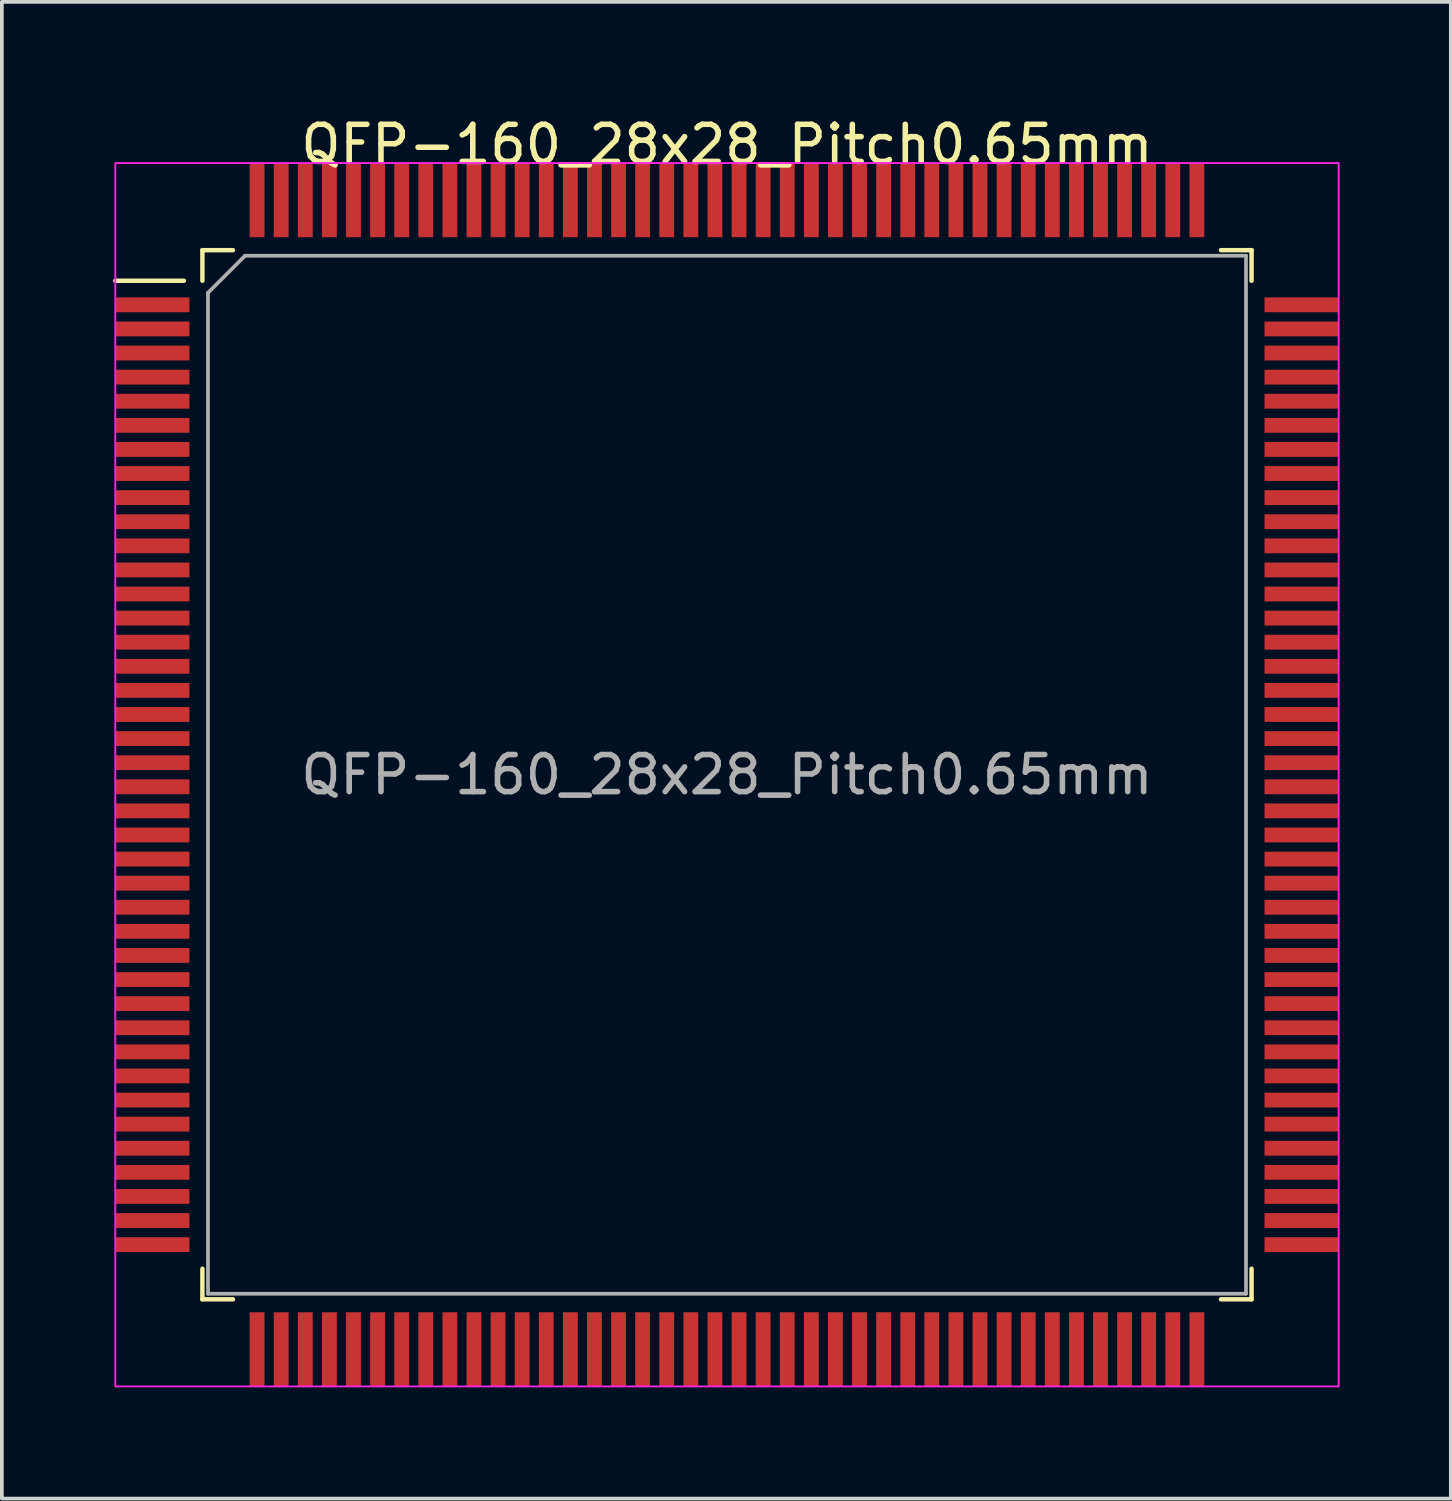
<source format=kicad_pcb>
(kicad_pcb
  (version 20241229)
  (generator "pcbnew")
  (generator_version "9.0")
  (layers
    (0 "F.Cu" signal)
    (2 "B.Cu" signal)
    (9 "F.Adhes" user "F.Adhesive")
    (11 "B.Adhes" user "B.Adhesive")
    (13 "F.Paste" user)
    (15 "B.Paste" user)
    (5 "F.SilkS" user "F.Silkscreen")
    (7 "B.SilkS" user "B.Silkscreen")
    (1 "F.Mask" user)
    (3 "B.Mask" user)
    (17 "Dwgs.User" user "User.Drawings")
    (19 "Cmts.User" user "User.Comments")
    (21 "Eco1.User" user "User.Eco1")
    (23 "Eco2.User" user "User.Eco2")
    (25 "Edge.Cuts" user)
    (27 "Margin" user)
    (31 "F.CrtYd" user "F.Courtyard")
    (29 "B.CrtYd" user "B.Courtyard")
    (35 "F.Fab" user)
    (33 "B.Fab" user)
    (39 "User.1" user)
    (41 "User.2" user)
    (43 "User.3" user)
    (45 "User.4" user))
  (footprint "QFP-160_28x28_Pitch0.65mm"
    (layer "F.Cu")
    (at 16.56 17.848)
    (property "Reference" "QFP-160_28x28_Pitch0.65mm" (at 0 -17 0) (layer "F.SilkS") (effects (font (size 1 1) (thickness 0.15))))
    (attr smd)
    (fp_line (start -14.65 -13.325) (end -16.5 -13.325) (stroke (width 0.12) (type default)) (layer "F.SilkS"))
    (fp_line (start -14.15 -14.15) (end -14.15 -13.325) (stroke (width 0.12) (type default)) (layer "F.SilkS"))
    (fp_line (start -14.15 14.15) (end -14.15 13.325) (stroke (width 0.12) (type default)) (layer "F.SilkS"))
    (fp_line (start -13.325 -14.15) (end -14.15 -14.15) (stroke (width 0.12) (type default)) (layer "F.SilkS"))
    (fp_line (start -13.325 14.15) (end -14.15 14.15) (stroke (width 0.12) (type default)) (layer "F.SilkS"))
    (fp_line (start 13.325 -14.15) (end 14.15 -14.15) (stroke (width 0.12) (type default)) (layer "F.SilkS"))
    (fp_line (start 13.325 14.15) (end 14.15 14.15) (stroke (width 0.12) (type default)) (layer "F.SilkS"))
    (fp_line (start 14.15 -14.15) (end 14.15 -13.325) (stroke (width 0.12) (type default)) (layer "F.SilkS"))
    (fp_line (start 14.15 14.15) (end 14.15 13.325) (stroke (width 0.12) (type default)) (layer "F.SilkS"))
    (fp_rect (start -16.5 -16.5) (end 16.5 16.5) (stroke (width 0.05) (type default)) (fill no) (layer "F.CrtYd"))
    (fp_line (start -14 -13) (end -14 14) (stroke (width 0.1) (type default)) (layer "F.Fab"))
    (fp_line (start -14 14) (end 14 14) (stroke (width 0.1) (type default)) (layer "F.Fab"))
    (fp_line (start -13 -14) (end -14 -13) (stroke (width 0.1) (type default)) (layer "F.Fab"))
    (fp_line (start 14 -14) (end -13 -14) (stroke (width 0.1) (type default)) (layer "F.Fab"))
    (fp_line (start 14 14) (end 14 -14) (stroke (width 0.1) (type default)) (layer "F.Fab"))
    (fp_text user "${REFERENCE}" (at 0 0 0) (layer "F.Fab") (effects (font (size 1 1) (thickness 0.15))))
    (pad "1" smd rect (at -15.5 -12.675 90) (size 0.4 2) (layers "F.Cu" "F.Mask" "F.Paste"))
    (pad "2" smd rect (at -15.5 -12.025 90) (size 0.4 2) (layers "F.Cu" "F.Mask" "F.Paste"))
    (pad "3" smd rect (at -15.5 -11.375 90) (size 0.4 2) (layers "F.Cu" "F.Mask" "F.Paste"))
    (pad "4" smd rect (at -15.5 -10.725 90) (size 0.4 2) (layers "F.Cu" "F.Mask" "F.Paste"))
    (pad "5" smd rect (at -15.5 -10.075 90) (size 0.4 2) (layers "F.Cu" "F.Mask" "F.Paste"))
    (pad "6" smd rect (at -15.5 -9.425 90) (size 0.4 2) (layers "F.Cu" "F.Mask" "F.Paste"))
    (pad "7" smd rect (at -15.5 -8.775 90) (size 0.4 2) (layers "F.Cu" "F.Mask" "F.Paste"))
    (pad "8" smd rect (at -15.5 -8.125 90) (size 0.4 2) (layers "F.Cu" "F.Mask" "F.Paste"))
    (pad "9" smd rect (at -15.5 -7.475 90) (size 0.4 2) (layers "F.Cu" "F.Mask" "F.Paste"))
    (pad "10" smd rect (at -15.5 -6.825 90) (size 0.4 2) (layers "F.Cu" "F.Mask" "F.Paste"))
    (pad "11" smd rect (at -15.5 -6.175 90) (size 0.4 2) (layers "F.Cu" "F.Mask" "F.Paste"))
    (pad "12" smd rect (at -15.5 -5.525 90) (size 0.4 2) (layers "F.Cu" "F.Mask" "F.Paste"))
    (pad "13" smd rect (at -15.5 -4.875 90) (size 0.4 2) (layers "F.Cu" "F.Mask" "F.Paste"))
    (pad "14" smd rect (at -15.5 -4.225 90) (size 0.4 2) (layers "F.Cu" "F.Mask" "F.Paste"))
    (pad "15" smd rect (at -15.5 -3.575 90) (size 0.4 2) (layers "F.Cu" "F.Mask" "F.Paste"))
    (pad "16" smd rect (at -15.5 -2.925 90) (size 0.4 2) (layers "F.Cu" "F.Mask" "F.Paste"))
    (pad "17" smd rect (at -15.5 -2.275 90) (size 0.4 2) (layers "F.Cu" "F.Mask" "F.Paste"))
    (pad "18" smd rect (at -15.5 -1.625 90) (size 0.4 2) (layers "F.Cu" "F.Mask" "F.Paste"))
    (pad "19" smd rect (at -15.5 -0.975 90) (size 0.4 2) (layers "F.Cu" "F.Mask" "F.Paste"))
    (pad "20" smd rect (at -15.5 -0.325 90) (size 0.4 2) (layers "F.Cu" "F.Mask" "F.Paste"))
    (pad "21" smd rect (at -15.5 0.325 90) (size 0.4 2) (layers "F.Cu" "F.Mask" "F.Paste"))
    (pad "22" smd rect (at -15.5 0.975 90) (size 0.4 2) (layers "F.Cu" "F.Mask" "F.Paste"))
    (pad "23" smd rect (at -15.5 1.625 90) (size 0.4 2) (layers "F.Cu" "F.Mask" "F.Paste"))
    (pad "24" smd rect (at -15.5 2.275 90) (size 0.4 2) (layers "F.Cu" "F.Mask" "F.Paste"))
    (pad "25" smd rect (at -15.5 2.925 90) (size 0.4 2) (layers "F.Cu" "F.Mask" "F.Paste"))
    (pad "26" smd rect (at -15.5 3.575 90) (size 0.4 2) (layers "F.Cu" "F.Mask" "F.Paste"))
    (pad "27" smd rect (at -15.5 4.225 90) (size 0.4 2) (layers "F.Cu" "F.Mask" "F.Paste"))
    (pad "28" smd rect (at -15.5 4.875 90) (size 0.4 2) (layers "F.Cu" "F.Mask" "F.Paste"))
    (pad "29" smd rect (at -15.5 5.525 90) (size 0.4 2) (layers "F.Cu" "F.Mask" "F.Paste"))
    (pad "30" smd rect (at -15.5 6.175 90) (size 0.4 2) (layers "F.Cu" "F.Mask" "F.Paste"))
    (pad "31" smd rect (at -15.5 6.825 90) (size 0.4 2) (layers "F.Cu" "F.Mask" "F.Paste"))
    (pad "32" smd rect (at -15.5 7.475 90) (size 0.4 2) (layers "F.Cu" "F.Mask" "F.Paste"))
    (pad "33" smd rect (at -15.5 8.125 90) (size 0.4 2) (layers "F.Cu" "F.Mask" "F.Paste"))
    (pad "34" smd rect (at -15.5 8.775 90) (size 0.4 2) (layers "F.Cu" "F.Mask" "F.Paste"))
    (pad "35" smd rect (at -15.5 9.425 90) (size 0.4 2) (layers "F.Cu" "F.Mask" "F.Paste"))
    (pad "36" smd rect (at -15.5 10.075 90) (size 0.4 2) (layers "F.Cu" "F.Mask" "F.Paste"))
    (pad "37" smd rect (at -15.5 10.725 90) (size 0.4 2) (layers "F.Cu" "F.Mask" "F.Paste"))
    (pad "38" smd rect (at -15.5 11.375 90) (size 0.4 2) (layers "F.Cu" "F.Mask" "F.Paste"))
    (pad "39" smd rect (at -15.5 12.025 90) (size 0.4 2) (layers "F.Cu" "F.Mask" "F.Paste"))
    (pad "40" smd rect (at -15.5 12.675 90) (size 0.4 2) (layers "F.Cu" "F.Mask" "F.Paste"))
    (pad "41" smd rect (at -12.675 15.5) (size 0.4 2) (layers "F.Cu" "F.Mask" "F.Paste"))
    (pad "42" smd rect (at -12.025 15.5) (size 0.4 2) (layers "F.Cu" "F.Mask" "F.Paste"))
    (pad "43" smd rect (at -11.375 15.5) (size 0.4 2) (layers "F.Cu" "F.Mask" "F.Paste"))
    (pad "44" smd rect (at -10.725 15.5) (size 0.4 2) (layers "F.Cu" "F.Mask" "F.Paste"))
    (pad "45" smd rect (at -10.075 15.5) (size 0.4 2) (layers "F.Cu" "F.Mask" "F.Paste"))
    (pad "46" smd rect (at -9.425 15.5) (size 0.4 2) (layers "F.Cu" "F.Mask" "F.Paste"))
    (pad "47" smd rect (at -8.775 15.5) (size 0.4 2) (layers "F.Cu" "F.Mask" "F.Paste"))
    (pad "48" smd rect (at -8.125 15.5) (size 0.4 2) (layers "F.Cu" "F.Mask" "F.Paste"))
    (pad "49" smd rect (at -7.475 15.5) (size 0.4 2) (layers "F.Cu" "F.Mask" "F.Paste"))
    (pad "50" smd rect (at -6.825 15.5) (size 0.4 2) (layers "F.Cu" "F.Mask" "F.Paste"))
    (pad "51" smd rect (at -6.175 15.5) (size 0.4 2) (layers "F.Cu" "F.Mask" "F.Paste"))
    (pad "52" smd rect (at -5.525 15.5) (size 0.4 2) (layers "F.Cu" "F.Mask" "F.Paste"))
    (pad "53" smd rect (at -4.875 15.5) (size 0.4 2) (layers "F.Cu" "F.Mask" "F.Paste"))
    (pad "54" smd rect (at -4.225 15.5) (size 0.4 2) (layers "F.Cu" "F.Mask" "F.Paste"))
    (pad "55" smd rect (at -3.575 15.5) (size 0.4 2) (layers "F.Cu" "F.Mask" "F.Paste"))
    (pad "56" smd rect (at -2.925 15.5) (size 0.4 2) (layers "F.Cu" "F.Mask" "F.Paste"))
    (pad "57" smd rect (at -2.275 15.5) (size 0.4 2) (layers "F.Cu" "F.Mask" "F.Paste"))
    (pad "58" smd rect (at -1.625 15.5) (size 0.4 2) (layers "F.Cu" "F.Mask" "F.Paste"))
    (pad "59" smd rect (at -0.975 15.5) (size 0.4 2) (layers "F.Cu" "F.Mask" "F.Paste"))
    (pad "60" smd rect (at -0.325 15.5) (size 0.4 2) (layers "F.Cu" "F.Mask" "F.Paste"))
    (pad "61" smd rect (at 0.325 15.5) (size 0.4 2) (layers "F.Cu" "F.Mask" "F.Paste"))
    (pad "62" smd rect (at 0.975 15.5) (size 0.4 2) (layers "F.Cu" "F.Mask" "F.Paste"))
    (pad "63" smd rect (at 1.625 15.5) (size 0.4 2) (layers "F.Cu" "F.Mask" "F.Paste"))
    (pad "64" smd rect (at 2.275 15.5) (size 0.4 2) (layers "F.Cu" "F.Mask" "F.Paste"))
    (pad "65" smd rect (at 2.925 15.5) (size 0.4 2) (layers "F.Cu" "F.Mask" "F.Paste"))
    (pad "66" smd rect (at 3.575 15.5) (size 0.4 2) (layers "F.Cu" "F.Mask" "F.Paste"))
    (pad "67" smd rect (at 4.225 15.5) (size 0.4 2) (layers "F.Cu" "F.Mask" "F.Paste"))
    (pad "68" smd rect (at 4.875 15.5) (size 0.4 2) (layers "F.Cu" "F.Mask" "F.Paste"))
    (pad "69" smd rect (at 5.525 15.5) (size 0.4 2) (layers "F.Cu" "F.Mask" "F.Paste"))
    (pad "70" smd rect (at 6.175 15.5) (size 0.4 2) (layers "F.Cu" "F.Mask" "F.Paste"))
    (pad "71" smd rect (at 6.825 15.5) (size 0.4 2) (layers "F.Cu" "F.Mask" "F.Paste"))
    (pad "72" smd rect (at 7.475 15.5) (size 0.4 2) (layers "F.Cu" "F.Mask" "F.Paste"))
    (pad "73" smd rect (at 8.125 15.5) (size 0.4 2) (layers "F.Cu" "F.Mask" "F.Paste"))
    (pad "74" smd rect (at 8.775 15.5) (size 0.4 2) (layers "F.Cu" "F.Mask" "F.Paste"))
    (pad "75" smd rect (at 9.425 15.5) (size 0.4 2) (layers "F.Cu" "F.Mask" "F.Paste"))
    (pad "76" smd rect (at 10.075 15.5) (size 0.4 2) (layers "F.Cu" "F.Mask" "F.Paste"))
    (pad "77" smd rect (at 10.725 15.5) (size 0.4 2) (layers "F.Cu" "F.Mask" "F.Paste"))
    (pad "78" smd rect (at 11.375 15.5) (size 0.4 2) (layers "F.Cu" "F.Mask" "F.Paste"))
    (pad "79" smd rect (at 12.025 15.5) (size 0.4 2) (layers "F.Cu" "F.Mask" "F.Paste"))
    (pad "80" smd rect (at 12.675 15.5) (size 0.4 2) (layers "F.Cu" "F.Mask" "F.Paste"))
    (pad "81" smd rect (at 15.5 12.675 90) (size 0.4 2) (layers "F.Cu" "F.Mask" "F.Paste"))
    (pad "82" smd rect (at 15.5 12.025 90) (size 0.4 2) (layers "F.Cu" "F.Mask" "F.Paste"))
    (pad "83" smd rect (at 15.5 11.375 90) (size 0.4 2) (layers "F.Cu" "F.Mask" "F.Paste"))
    (pad "84" smd rect (at 15.5 10.725 90) (size 0.4 2) (layers "F.Cu" "F.Mask" "F.Paste"))
    (pad "85" smd rect (at 15.5 10.075 90) (size 0.4 2) (layers "F.Cu" "F.Mask" "F.Paste"))
    (pad "86" smd rect (at 15.5 9.425 90) (size 0.4 2) (layers "F.Cu" "F.Mask" "F.Paste"))
    (pad "87" smd rect (at 15.5 8.775 90) (size 0.4 2) (layers "F.Cu" "F.Mask" "F.Paste"))
    (pad "88" smd rect (at 15.5 8.125 90) (size 0.4 2) (layers "F.Cu" "F.Mask" "F.Paste"))
    (pad "89" smd rect (at 15.5 7.475 90) (size 0.4 2) (layers "F.Cu" "F.Mask" "F.Paste"))
    (pad "90" smd rect (at 15.5 6.825 90) (size 0.4 2) (layers "F.Cu" "F.Mask" "F.Paste"))
    (pad "91" smd rect (at 15.5 6.175 90) (size 0.4 2) (layers "F.Cu" "F.Mask" "F.Paste"))
    (pad "92" smd rect (at 15.5 5.525 90) (size 0.4 2) (layers "F.Cu" "F.Mask" "F.Paste"))
    (pad "93" smd rect (at 15.5 4.875 90) (size 0.4 2) (layers "F.Cu" "F.Mask" "F.Paste"))
    (pad "94" smd rect (at 15.5 4.225 90) (size 0.4 2) (layers "F.Cu" "F.Mask" "F.Paste"))
    (pad "95" smd rect (at 15.5 3.575 90) (size 0.4 2) (layers "F.Cu" "F.Mask" "F.Paste"))
    (pad "96" smd rect (at 15.5 2.925 90) (size 0.4 2) (layers "F.Cu" "F.Mask" "F.Paste"))
    (pad "97" smd rect (at 15.5 2.275 90) (size 0.4 2) (layers "F.Cu" "F.Mask" "F.Paste"))
    (pad "98" smd rect (at 15.5 1.625 90) (size 0.4 2) (layers "F.Cu" "F.Mask" "F.Paste"))
    (pad "99" smd rect (at 15.5 0.975 90) (size 0.4 2) (layers "F.Cu" "F.Mask" "F.Paste"))
    (pad "100" smd rect (at 15.5 0.325 90) (size 0.4 2) (layers "F.Cu" "F.Mask" "F.Paste"))
    (pad "101" smd rect (at 15.5 -0.325 90) (size 0.4 2) (layers "F.Cu" "F.Mask" "F.Paste"))
    (pad "102" smd rect (at 15.5 -0.975 90) (size 0.4 2) (layers "F.Cu" "F.Mask" "F.Paste"))
    (pad "103" smd rect (at 15.5 -1.625 90) (size 0.4 2) (layers "F.Cu" "F.Mask" "F.Paste"))
    (pad "104" smd rect (at 15.5 -2.275 90) (size 0.4 2) (layers "F.Cu" "F.Mask" "F.Paste"))
    (pad "105" smd rect (at 15.5 -2.925 90) (size 0.4 2) (layers "F.Cu" "F.Mask" "F.Paste"))
    (pad "106" smd rect (at 15.5 -3.575 90) (size 0.4 2) (layers "F.Cu" "F.Mask" "F.Paste"))
    (pad "107" smd rect (at 15.5 -4.225 90) (size 0.4 2) (layers "F.Cu" "F.Mask" "F.Paste"))
    (pad "108" smd rect (at 15.5 -4.875 90) (size 0.4 2) (layers "F.Cu" "F.Mask" "F.Paste"))
    (pad "109" smd rect (at 15.5 -5.525 90) (size 0.4 2) (layers "F.Cu" "F.Mask" "F.Paste"))
    (pad "110" smd rect (at 15.5 -6.175 90) (size 0.4 2) (layers "F.Cu" "F.Mask" "F.Paste"))
    (pad "111" smd rect (at 15.5 -6.825 90) (size 0.4 2) (layers "F.Cu" "F.Mask" "F.Paste"))
    (pad "112" smd rect (at 15.5 -7.475 90) (size 0.4 2) (layers "F.Cu" "F.Mask" "F.Paste"))
    (pad "113" smd rect (at 15.5 -8.125 90) (size 0.4 2) (layers "F.Cu" "F.Mask" "F.Paste"))
    (pad "114" smd rect (at 15.5 -8.775 90) (size 0.4 2) (layers "F.Cu" "F.Mask" "F.Paste"))
    (pad "115" smd rect (at 15.5 -9.425 90) (size 0.4 2) (layers "F.Cu" "F.Mask" "F.Paste"))
    (pad "116" smd rect (at 15.5 -10.075 90) (size 0.4 2) (layers "F.Cu" "F.Mask" "F.Paste"))
    (pad "117" smd rect (at 15.5 -10.725 90) (size 0.4 2) (layers "F.Cu" "F.Mask" "F.Paste"))
    (pad "118" smd rect (at 15.5 -11.375 90) (size 0.4 2) (layers "F.Cu" "F.Mask" "F.Paste"))
    (pad "119" smd rect (at 15.5 -12.025 90) (size 0.4 2) (layers "F.Cu" "F.Mask" "F.Paste"))
    (pad "120" smd rect (at 15.5 -12.675 90) (size 0.4 2) (layers "F.Cu" "F.Mask" "F.Paste"))
    (pad "121" smd rect (at 12.675 -15.5) (size 0.4 2) (layers "F.Cu" "F.Mask" "F.Paste"))
    (pad "122" smd rect (at 12.025 -15.5) (size 0.4 2) (layers "F.Cu" "F.Mask" "F.Paste"))
    (pad "123" smd rect (at 11.375 -15.5) (size 0.4 2) (layers "F.Cu" "F.Mask" "F.Paste"))
    (pad "124" smd rect (at 10.725 -15.5) (size 0.4 2) (layers "F.Cu" "F.Mask" "F.Paste"))
    (pad "125" smd rect (at 10.075 -15.5) (size 0.4 2) (layers "F.Cu" "F.Mask" "F.Paste"))
    (pad "126" smd rect (at 9.425 -15.5) (size 0.4 2) (layers "F.Cu" "F.Mask" "F.Paste"))
    (pad "127" smd rect (at 8.775 -15.5) (size 0.4 2) (layers "F.Cu" "F.Mask" "F.Paste"))
    (pad "128" smd rect (at 8.125 -15.5) (size 0.4 2) (layers "F.Cu" "F.Mask" "F.Paste"))
    (pad "129" smd rect (at 7.475 -15.5) (size 0.4 2) (layers "F.Cu" "F.Mask" "F.Paste"))
    (pad "130" smd rect (at 6.825 -15.5) (size 0.4 2) (layers "F.Cu" "F.Mask" "F.Paste"))
    (pad "131" smd rect (at 6.175 -15.5) (size 0.4 2) (layers "F.Cu" "F.Mask" "F.Paste"))
    (pad "132" smd rect (at 5.525 -15.5) (size 0.4 2) (layers "F.Cu" "F.Mask" "F.Paste"))
    (pad "133" smd rect (at 4.875 -15.5) (size 0.4 2) (layers "F.Cu" "F.Mask" "F.Paste"))
    (pad "134" smd rect (at 4.225 -15.5) (size 0.4 2) (layers "F.Cu" "F.Mask" "F.Paste"))
    (pad "135" smd rect (at 3.575 -15.5) (size 0.4 2) (layers "F.Cu" "F.Mask" "F.Paste"))
    (pad "136" smd rect (at 2.925 -15.5) (size 0.4 2) (layers "F.Cu" "F.Mask" "F.Paste"))
    (pad "137" smd rect (at 2.275 -15.5) (size 0.4 2) (layers "F.Cu" "F.Mask" "F.Paste"))
    (pad "138" smd rect (at 1.625 -15.5) (size 0.4 2) (layers "F.Cu" "F.Mask" "F.Paste"))
    (pad "139" smd rect (at 0.975 -15.5) (size 0.4 2) (layers "F.Cu" "F.Mask" "F.Paste"))
    (pad "140" smd rect (at 0.325 -15.5) (size 0.4 2) (layers "F.Cu" "F.Mask" "F.Paste"))
    (pad "141" smd rect (at -0.325 -15.5) (size 0.4 2) (layers "F.Cu" "F.Mask" "F.Paste"))
    (pad "142" smd rect (at -0.975 -15.5) (size 0.4 2) (layers "F.Cu" "F.Mask" "F.Paste"))
    (pad "143" smd rect (at -1.625 -15.5) (size 0.4 2) (layers "F.Cu" "F.Mask" "F.Paste"))
    (pad "144" smd rect (at -2.275 -15.5) (size 0.4 2) (layers "F.Cu" "F.Mask" "F.Paste"))
    (pad "145" smd rect (at -2.925 -15.5) (size 0.4 2) (layers "F.Cu" "F.Mask" "F.Paste"))
    (pad "146" smd rect (at -3.575 -15.5) (size 0.4 2) (layers "F.Cu" "F.Mask" "F.Paste"))
    (pad "147" smd rect (at -4.225 -15.5) (size 0.4 2) (layers "F.Cu" "F.Mask" "F.Paste"))
    (pad "148" smd rect (at -4.875 -15.5) (size 0.4 2) (layers "F.Cu" "F.Mask" "F.Paste"))
    (pad "149" smd rect (at -5.525 -15.5) (size 0.4 2) (layers "F.Cu" "F.Mask" "F.Paste"))
    (pad "150" smd rect (at -6.175 -15.5) (size 0.4 2) (layers "F.Cu" "F.Mask" "F.Paste"))
    (pad "151" smd rect (at -6.825 -15.5) (size 0.4 2) (layers "F.Cu" "F.Mask" "F.Paste"))
    (pad "152" smd rect (at -7.475 -15.5) (size 0.4 2) (layers "F.Cu" "F.Mask" "F.Paste"))
    (pad "153" smd rect (at -8.125 -15.5) (size 0.4 2) (layers "F.Cu" "F.Mask" "F.Paste"))
    (pad "154" smd rect (at -8.775 -15.5) (size 0.4 2) (layers "F.Cu" "F.Mask" "F.Paste"))
    (pad "155" smd rect (at -9.425 -15.5) (size 0.4 2) (layers "F.Cu" "F.Mask" "F.Paste"))
    (pad "156" smd rect (at -10.075 -15.5) (size 0.4 2) (layers "F.Cu" "F.Mask" "F.Paste"))
    (pad "157" smd rect (at -10.725 -15.5) (size 0.4 2) (layers "F.Cu" "F.Mask" "F.Paste"))
    (pad "158" smd rect (at -11.375 -15.5) (size 0.4 2) (layers "F.Cu" "F.Mask" "F.Paste"))
    (pad "159" smd rect (at -12.025 -15.5) (size 0.4 2) (layers "F.Cu" "F.Mask" "F.Paste"))
    (pad "160" smd rect (at -12.675 -15.5) (size 0.4 2) (layers "F.Cu" "F.Mask" "F.Paste")))
  (gr_rect
    (start -3 -3)
    (end 36.085 37.373)
    (stroke (width 0.1) (type default))
    (fill no)
    (layer "Edge.Cuts")))
</source>
